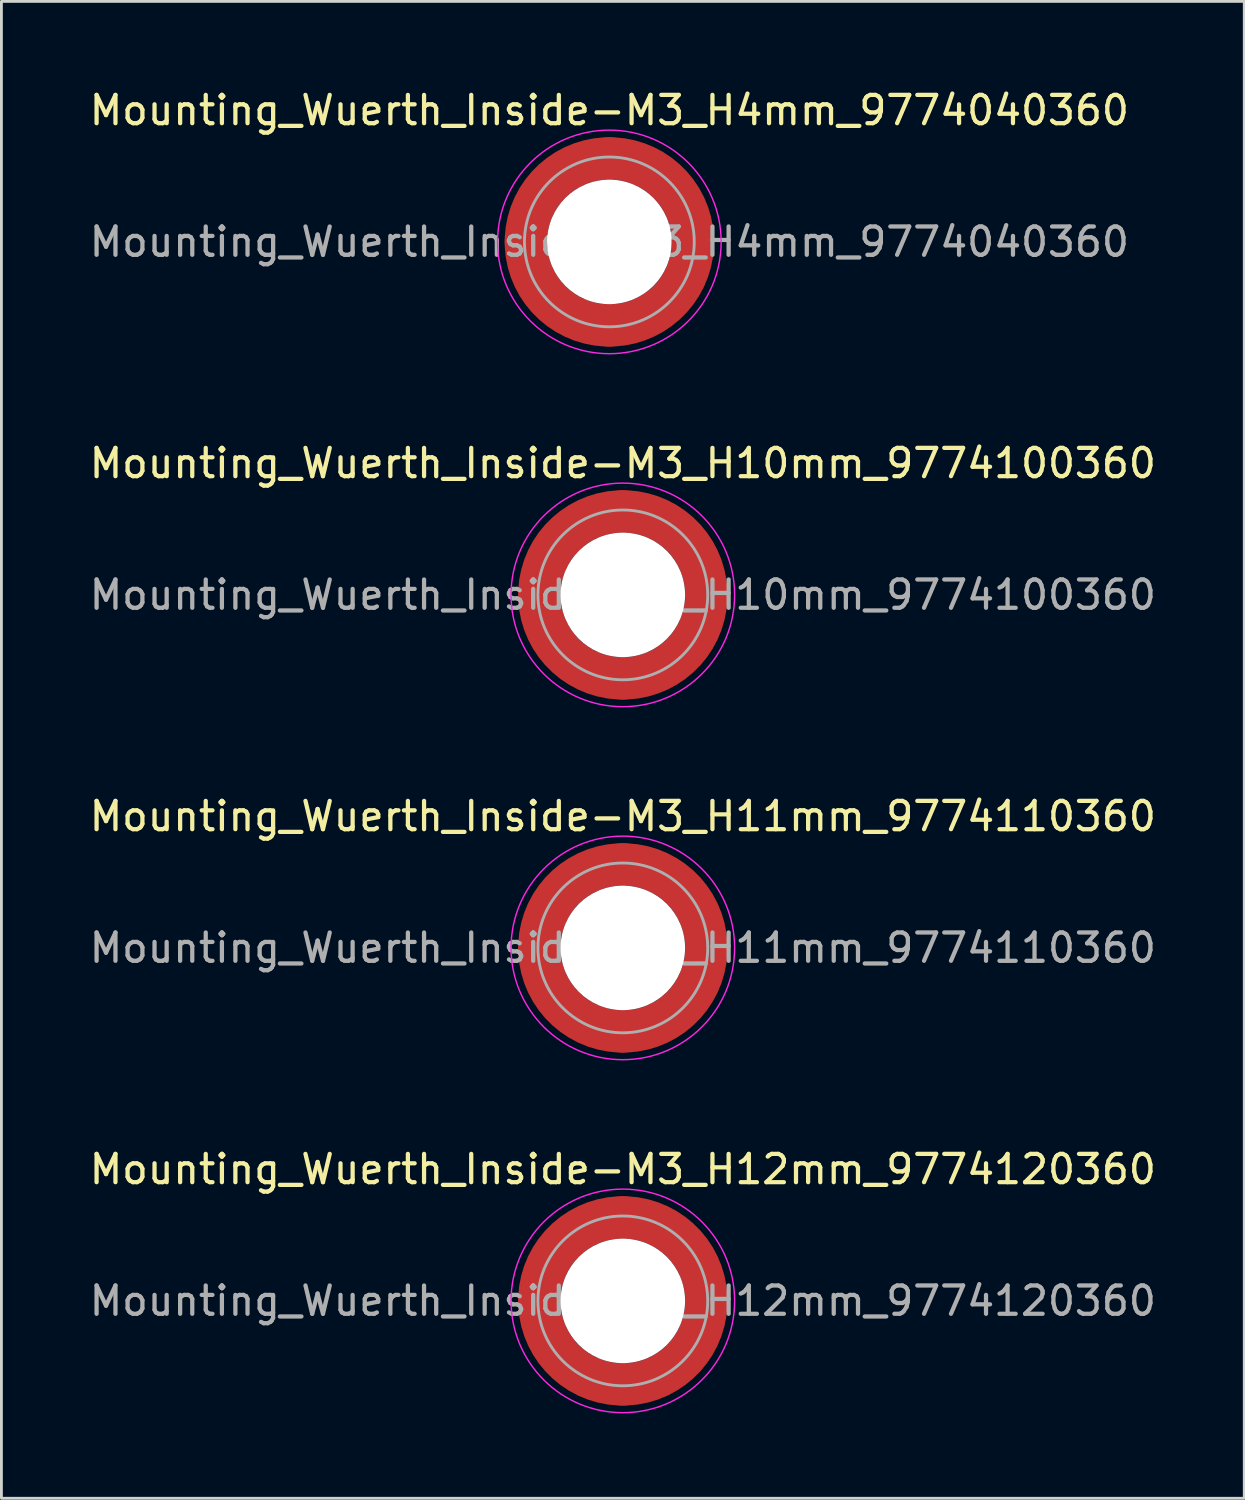
<source format=kicad_pcb>
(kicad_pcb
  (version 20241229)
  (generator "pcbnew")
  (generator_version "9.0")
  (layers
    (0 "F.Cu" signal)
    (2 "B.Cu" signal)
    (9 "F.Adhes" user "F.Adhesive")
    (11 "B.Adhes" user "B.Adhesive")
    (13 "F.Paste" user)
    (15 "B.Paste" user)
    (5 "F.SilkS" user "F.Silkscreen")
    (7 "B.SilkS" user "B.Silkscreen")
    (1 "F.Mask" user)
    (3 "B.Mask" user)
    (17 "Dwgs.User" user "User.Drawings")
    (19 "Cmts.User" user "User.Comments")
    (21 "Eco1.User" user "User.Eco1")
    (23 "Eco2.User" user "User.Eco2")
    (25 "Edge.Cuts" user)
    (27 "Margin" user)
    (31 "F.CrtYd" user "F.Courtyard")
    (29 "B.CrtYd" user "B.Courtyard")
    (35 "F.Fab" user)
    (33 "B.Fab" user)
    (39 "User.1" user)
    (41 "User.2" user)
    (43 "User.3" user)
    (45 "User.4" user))
  (footprint "Mounting_Wuerth_Inside-M3_H10mm_9774100360"
    (layer "F.Cu")
    (at 18.958 17.971)
    (property "Reference" "Mounting_Wuerth_Inside-M3_H10mm_9774100360" (at 0 -4.65 0) (layer "F.SilkS") (effects (font (size 1 1) (thickness 0.15))))
    (attr smd)
    (fp_circle (center 0 0) (end 3.95 0) (stroke (width 0.05) (type solid)) (fill no) (layer "F.CrtYd"))
    (fp_circle (center 0 0) (end 3 0) (stroke (width 0.1) (type solid)) (fill no) (layer "F.Fab"))
    (fp_text user "${REFERENCE}" (at 0 0 0) (layer "F.Fab") (effects (font (size 1 1) (thickness 0.15))))
    (pad "" smd custom (at -2.058 -2.058) (size 1.1 1.1) (layers "F.Paste") (options (anchor circle)) (primitives (gr_arc (start -0.524489 1.532681) (mid 0.194454 0.194454) (end 1.532681 -0.524489) (width 0.55)) (gr_arc (start -0.804569 1.532681) (mid 0 0) (end 1.532681 -0.804569) (width 0.55)) (gr_arc (start -1.083752 1.532681) (mid -0.194454 -0.194454) (end 1.532681 -1.083752) (width 0.55)) (gr_line (start 1.533 -0.524) (end 1.533 -1.084) (width 0.55)) (gr_line (start -0.524 1.533) (end -1.084 1.533) (width 0.55))))
    (pad "" smd custom (at -2.058 2.058) (size 1.1 1.1) (layers "F.Paste") (options (anchor circle)) (primitives (gr_arc (start 1.532681 0.524489) (mid 0.194454 -0.194454) (end -0.524489 -1.532681) (width 0.55)) (gr_arc (start 1.532681 0.804569) (mid 0 0) (end -0.804569 -1.532681) (width 0.55)) (gr_arc (start 1.532681 1.083752) (mid -0.194454 0.194454) (end -1.083752 -1.532681) (width 0.55)) (gr_line (start -0.524 -1.533) (end -1.084 -1.533) (width 0.55)) (gr_line (start 1.533 0.524) (end 1.533 1.084) (width 0.55))))
    (pad "" np_thru_hole circle (at 0 0) (size 4.4 4.4) (drill 4.4) (layers "*.Cu" "*.Mask"))
    (pad "" smd custom (at 2.058 -2.058) (size 1.1 1.1) (layers "F.Paste") (options (anchor circle)) (primitives (gr_arc (start -1.532681 -0.524489) (mid -0.194454 0.194454) (end 0.524489 1.532681) (width 0.55)) (gr_arc (start -1.532681 -0.804569) (mid 0 0) (end 0.804569 1.532681) (width 0.55)) (gr_arc (start -1.532681 -1.083752) (mid 0.194454 -0.194454) (end 1.083752 1.532681) (width 0.55)) (gr_line (start 0.524 1.533) (end 1.084 1.533) (width 0.55)) (gr_line (start -1.533 -0.524) (end -1.533 -1.084) (width 0.55))))
    (pad "" smd custom (at 2.058 2.058) (size 1.1 1.1) (layers "F.Paste") (options (anchor circle)) (primitives (gr_arc (start 0.524489 -1.532681) (mid -0.194454 -0.194454) (end -1.532681 0.524489) (width 0.55)) (gr_arc (start 0.804569 -1.532681) (mid 0 0) (end -1.532681 0.804569) (width 0.55)) (gr_arc (start 1.083752 -1.532681) (mid 0.194454 0.194454) (end -1.532681 1.083752) (width 0.55)) (gr_line (start -1.533 0.524) (end -1.533 1.084) (width 0.55)) (gr_line (start 0.524 -1.533) (end 1.084 -1.533) (width 0.55))))
    (pad "1" smd circle (at -2.95 0) (size 1.5 1.5) (layers "F.Cu"))
    (pad "1" smd circle (at 0 -2.95) (size 1.5 1.5) (layers "F.Cu"))
    (pad "1" smd circle (at 0 2.95) (size 1.5 1.5) (layers "F.Cu"))
    (pad "1" smd custom (at 2.95 0) (size 1.5 1.5) (layers "F.Cu" "F.Mask") (options (anchor circle)) (primitives (gr_circle (center -2.95 0) (end 0 0) (width 1.5) (fill no)))))
  (footprint "Mounting_Wuerth_Inside-M3_H11mm_9774110360"
    (layer "F.Cu")
    (at 18.958 30.445)
    (property "Reference" "Mounting_Wuerth_Inside-M3_H11mm_9774110360" (at 0 -4.65 0) (layer "F.SilkS") (effects (font (size 1 1) (thickness 0.15))))
    (attr smd)
    (fp_circle (center 0 0) (end 3.95 0) (stroke (width 0.05) (type solid)) (fill no) (layer "F.CrtYd"))
    (fp_circle (center 0 0) (end 3 0) (stroke (width 0.1) (type solid)) (fill no) (layer "F.Fab"))
    (fp_text user "${REFERENCE}" (at 0 0 0) (layer "F.Fab") (effects (font (size 1 1) (thickness 0.15))))
    (pad "" smd custom (at -2.058 -2.058) (size 1.1 1.1) (layers "F.Paste") (options (anchor circle)) (primitives (gr_arc (start -0.524489 1.532681) (mid 0.194454 0.194454) (end 1.532681 -0.524489) (width 0.55)) (gr_arc (start -0.804569 1.532681) (mid 0 0) (end 1.532681 -0.804569) (width 0.55)) (gr_arc (start -1.083752 1.532681) (mid -0.194454 -0.194454) (end 1.532681 -1.083752) (width 0.55)) (gr_line (start 1.533 -0.524) (end 1.533 -1.084) (width 0.55)) (gr_line (start -0.524 1.533) (end -1.084 1.533) (width 0.55))))
    (pad "" smd custom (at -2.058 2.058) (size 1.1 1.1) (layers "F.Paste") (options (anchor circle)) (primitives (gr_arc (start 1.532681 0.524489) (mid 0.194454 -0.194454) (end -0.524489 -1.532681) (width 0.55)) (gr_arc (start 1.532681 0.804569) (mid 0 0) (end -0.804569 -1.532681) (width 0.55)) (gr_arc (start 1.532681 1.083752) (mid -0.194454 0.194454) (end -1.083752 -1.532681) (width 0.55)) (gr_line (start -0.524 -1.533) (end -1.084 -1.533) (width 0.55)) (gr_line (start 1.533 0.524) (end 1.533 1.084) (width 0.55))))
    (pad "" np_thru_hole circle (at 0 0) (size 4.4 4.4) (drill 4.4) (layers "*.Cu" "*.Mask"))
    (pad "" smd custom (at 2.058 -2.058) (size 1.1 1.1) (layers "F.Paste") (options (anchor circle)) (primitives (gr_arc (start -1.532681 -0.524489) (mid -0.194454 0.194454) (end 0.524489 1.532681) (width 0.55)) (gr_arc (start -1.532681 -0.804569) (mid 0 0) (end 0.804569 1.532681) (width 0.55)) (gr_arc (start -1.532681 -1.083752) (mid 0.194454 -0.194454) (end 1.083752 1.532681) (width 0.55)) (gr_line (start 0.524 1.533) (end 1.084 1.533) (width 0.55)) (gr_line (start -1.533 -0.524) (end -1.533 -1.084) (width 0.55))))
    (pad "" smd custom (at 2.058 2.058) (size 1.1 1.1) (layers "F.Paste") (options (anchor circle)) (primitives (gr_arc (start 0.524489 -1.532681) (mid -0.194454 -0.194454) (end -1.532681 0.524489) (width 0.55)) (gr_arc (start 0.804569 -1.532681) (mid 0 0) (end -1.532681 0.804569) (width 0.55)) (gr_arc (start 1.083752 -1.532681) (mid 0.194454 0.194454) (end -1.532681 1.083752) (width 0.55)) (gr_line (start -1.533 0.524) (end -1.533 1.084) (width 0.55)) (gr_line (start 0.524 -1.533) (end 1.084 -1.533) (width 0.55))))
    (pad "1" smd circle (at -2.95 0) (size 1.5 1.5) (layers "F.Cu"))
    (pad "1" smd circle (at 0 -2.95) (size 1.5 1.5) (layers "F.Cu"))
    (pad "1" smd circle (at 0 2.95) (size 1.5 1.5) (layers "F.Cu"))
    (pad "1" smd custom (at 2.95 0) (size 1.5 1.5) (layers "F.Cu" "F.Mask") (options (anchor circle)) (primitives (gr_circle (center -2.95 0) (end 0 0) (width 1.5) (fill no)))))
  (footprint "Mounting_Wuerth_Inside-M3_H4mm_9774040360"
    (layer "F.Cu")
    (at 18.482 5.498)
    (property "Reference" "Mounting_Wuerth_Inside-M3_H4mm_9774040360" (at 0 -4.65 0) (layer "F.SilkS") (effects (font (size 1 1) (thickness 0.15))))
    (attr smd)
    (fp_circle (center 0 0) (end 3.95 0) (stroke (width 0.05) (type solid)) (fill no) (layer "F.CrtYd"))
    (fp_circle (center 0 0) (end 3 0) (stroke (width 0.1) (type solid)) (fill no) (layer "F.Fab"))
    (fp_text user "${REFERENCE}" (at 0 0 0) (layer "F.Fab") (effects (font (size 1 1) (thickness 0.15))))
    (pad "" smd custom (at -2.058 -2.058) (size 1.1 1.1) (layers "F.Paste") (options (anchor circle)) (primitives (gr_arc (start -0.524489 1.532681) (mid 0.194454 0.194454) (end 1.532681 -0.524489) (width 0.55)) (gr_arc (start -0.804569 1.532681) (mid 0 0) (end 1.532681 -0.804569) (width 0.55)) (gr_arc (start -1.083752 1.532681) (mid -0.194454 -0.194454) (end 1.532681 -1.083752) (width 0.55)) (gr_line (start 1.533 -0.524) (end 1.533 -1.084) (width 0.55)) (gr_line (start -0.524 1.533) (end -1.084 1.533) (width 0.55))))
    (pad "" smd custom (at -2.058 2.058) (size 1.1 1.1) (layers "F.Paste") (options (anchor circle)) (primitives (gr_arc (start 1.532681 0.524489) (mid 0.194454 -0.194454) (end -0.524489 -1.532681) (width 0.55)) (gr_arc (start 1.532681 0.804569) (mid 0 0) (end -0.804569 -1.532681) (width 0.55)) (gr_arc (start 1.532681 1.083752) (mid -0.194454 0.194454) (end -1.083752 -1.532681) (width 0.55)) (gr_line (start -0.524 -1.533) (end -1.084 -1.533) (width 0.55)) (gr_line (start 1.533 0.524) (end 1.533 1.084) (width 0.55))))
    (pad "" np_thru_hole circle (at 0 0) (size 4.4 4.4) (drill 4.4) (layers "*.Cu" "*.Mask"))
    (pad "" smd custom (at 2.058 -2.058) (size 1.1 1.1) (layers "F.Paste") (options (anchor circle)) (primitives (gr_arc (start -1.532681 -0.524489) (mid -0.194454 0.194454) (end 0.524489 1.532681) (width 0.55)) (gr_arc (start -1.532681 -0.804569) (mid 0 0) (end 0.804569 1.532681) (width 0.55)) (gr_arc (start -1.532681 -1.083752) (mid 0.194454 -0.194454) (end 1.083752 1.532681) (width 0.55)) (gr_line (start 0.524 1.533) (end 1.084 1.533) (width 0.55)) (gr_line (start -1.533 -0.524) (end -1.533 -1.084) (width 0.55))))
    (pad "" smd custom (at 2.058 2.058) (size 1.1 1.1) (layers "F.Paste") (options (anchor circle)) (primitives (gr_arc (start 0.524489 -1.532681) (mid -0.194454 -0.194454) (end -1.532681 0.524489) (width 0.55)) (gr_arc (start 0.804569 -1.532681) (mid 0 0) (end -1.532681 0.804569) (width 0.55)) (gr_arc (start 1.083752 -1.532681) (mid 0.194454 0.194454) (end -1.532681 1.083752) (width 0.55)) (gr_line (start -1.533 0.524) (end -1.533 1.084) (width 0.55)) (gr_line (start 0.524 -1.533) (end 1.084 -1.533) (width 0.55))))
    (pad "1" smd circle (at -2.95 0) (size 1.5 1.5) (layers "F.Cu"))
    (pad "1" smd circle (at 0 -2.95) (size 1.5 1.5) (layers "F.Cu"))
    (pad "1" smd circle (at 0 2.95) (size 1.5 1.5) (layers "F.Cu"))
    (pad "1" smd custom (at 2.95 0) (size 1.5 1.5) (layers "F.Cu" "F.Mask") (options (anchor circle)) (primitives (gr_circle (center -2.95 0) (end 0 0) (width 1.5) (fill no)))))
  (footprint "Mounting_Wuerth_Inside-M3_H12mm_9774120360"
    (layer "F.Cu")
    (at 18.958 42.918)
    (property "Reference" "Mounting_Wuerth_Inside-M3_H12mm_9774120360" (at 0 -4.65 0) (layer "F.SilkS") (effects (font (size 1 1) (thickness 0.15))))
    (attr smd)
    (fp_circle (center 0 0) (end 3.95 0) (stroke (width 0.05) (type solid)) (fill no) (layer "F.CrtYd"))
    (fp_circle (center 0 0) (end 3 0) (stroke (width 0.1) (type solid)) (fill no) (layer "F.Fab"))
    (fp_text user "${REFERENCE}" (at 0 0 0) (layer "F.Fab") (effects (font (size 1 1) (thickness 0.15))))
    (pad "" smd custom (at -2.058 -2.058) (size 1.1 1.1) (layers "F.Paste") (options (anchor circle)) (primitives (gr_arc (start -0.524489 1.532681) (mid 0.194454 0.194454) (end 1.532681 -0.524489) (width 0.55)) (gr_arc (start -0.804569 1.532681) (mid 0 0) (end 1.532681 -0.804569) (width 0.55)) (gr_arc (start -1.083752 1.532681) (mid -0.194454 -0.194454) (end 1.532681 -1.083752) (width 0.55)) (gr_line (start 1.533 -0.524) (end 1.533 -1.084) (width 0.55)) (gr_line (start -0.524 1.533) (end -1.084 1.533) (width 0.55))))
    (pad "" smd custom (at -2.058 2.058) (size 1.1 1.1) (layers "F.Paste") (options (anchor circle)) (primitives (gr_arc (start 1.532681 0.524489) (mid 0.194454 -0.194454) (end -0.524489 -1.532681) (width 0.55)) (gr_arc (start 1.532681 0.804569) (mid 0 0) (end -0.804569 -1.532681) (width 0.55)) (gr_arc (start 1.532681 1.083752) (mid -0.194454 0.194454) (end -1.083752 -1.532681) (width 0.55)) (gr_line (start -0.524 -1.533) (end -1.084 -1.533) (width 0.55)) (gr_line (start 1.533 0.524) (end 1.533 1.084) (width 0.55))))
    (pad "" np_thru_hole circle (at 0 0) (size 4.4 4.4) (drill 4.4) (layers "*.Cu" "*.Mask"))
    (pad "" smd custom (at 2.058 -2.058) (size 1.1 1.1) (layers "F.Paste") (options (anchor circle)) (primitives (gr_arc (start -1.532681 -0.524489) (mid -0.194454 0.194454) (end 0.524489 1.532681) (width 0.55)) (gr_arc (start -1.532681 -0.804569) (mid 0 0) (end 0.804569 1.532681) (width 0.55)) (gr_arc (start -1.532681 -1.083752) (mid 0.194454 -0.194454) (end 1.083752 1.532681) (width 0.55)) (gr_line (start 0.524 1.533) (end 1.084 1.533) (width 0.55)) (gr_line (start -1.533 -0.524) (end -1.533 -1.084) (width 0.55))))
    (pad "" smd custom (at 2.058 2.058) (size 1.1 1.1) (layers "F.Paste") (options (anchor circle)) (primitives (gr_arc (start 0.524489 -1.532681) (mid -0.194454 -0.194454) (end -1.532681 0.524489) (width 0.55)) (gr_arc (start 0.804569 -1.532681) (mid 0 0) (end -1.532681 0.804569) (width 0.55)) (gr_arc (start 1.083752 -1.532681) (mid 0.194454 0.194454) (end -1.532681 1.083752) (width 0.55)) (gr_line (start -1.533 0.524) (end -1.533 1.084) (width 0.55)) (gr_line (start 0.524 -1.533) (end 1.084 -1.533) (width 0.55))))
    (pad "1" smd circle (at -2.95 0) (size 1.5 1.5) (layers "F.Cu"))
    (pad "1" smd circle (at 0 -2.95) (size 1.5 1.5) (layers "F.Cu"))
    (pad "1" smd circle (at 0 2.95) (size 1.5 1.5) (layers "F.Cu"))
    (pad "1" smd custom (at 2.95 0) (size 1.5 1.5) (layers "F.Cu" "F.Mask") (options (anchor circle)) (primitives (gr_circle (center -2.95 0) (end 0 0) (width 1.5) (fill no)))))
  (gr_rect
    (start -3 -3)
    (end 40.917 49.893)
    (stroke (width 0.1) (type default))
    (fill no)
    (layer "Edge.Cuts")))
</source>
